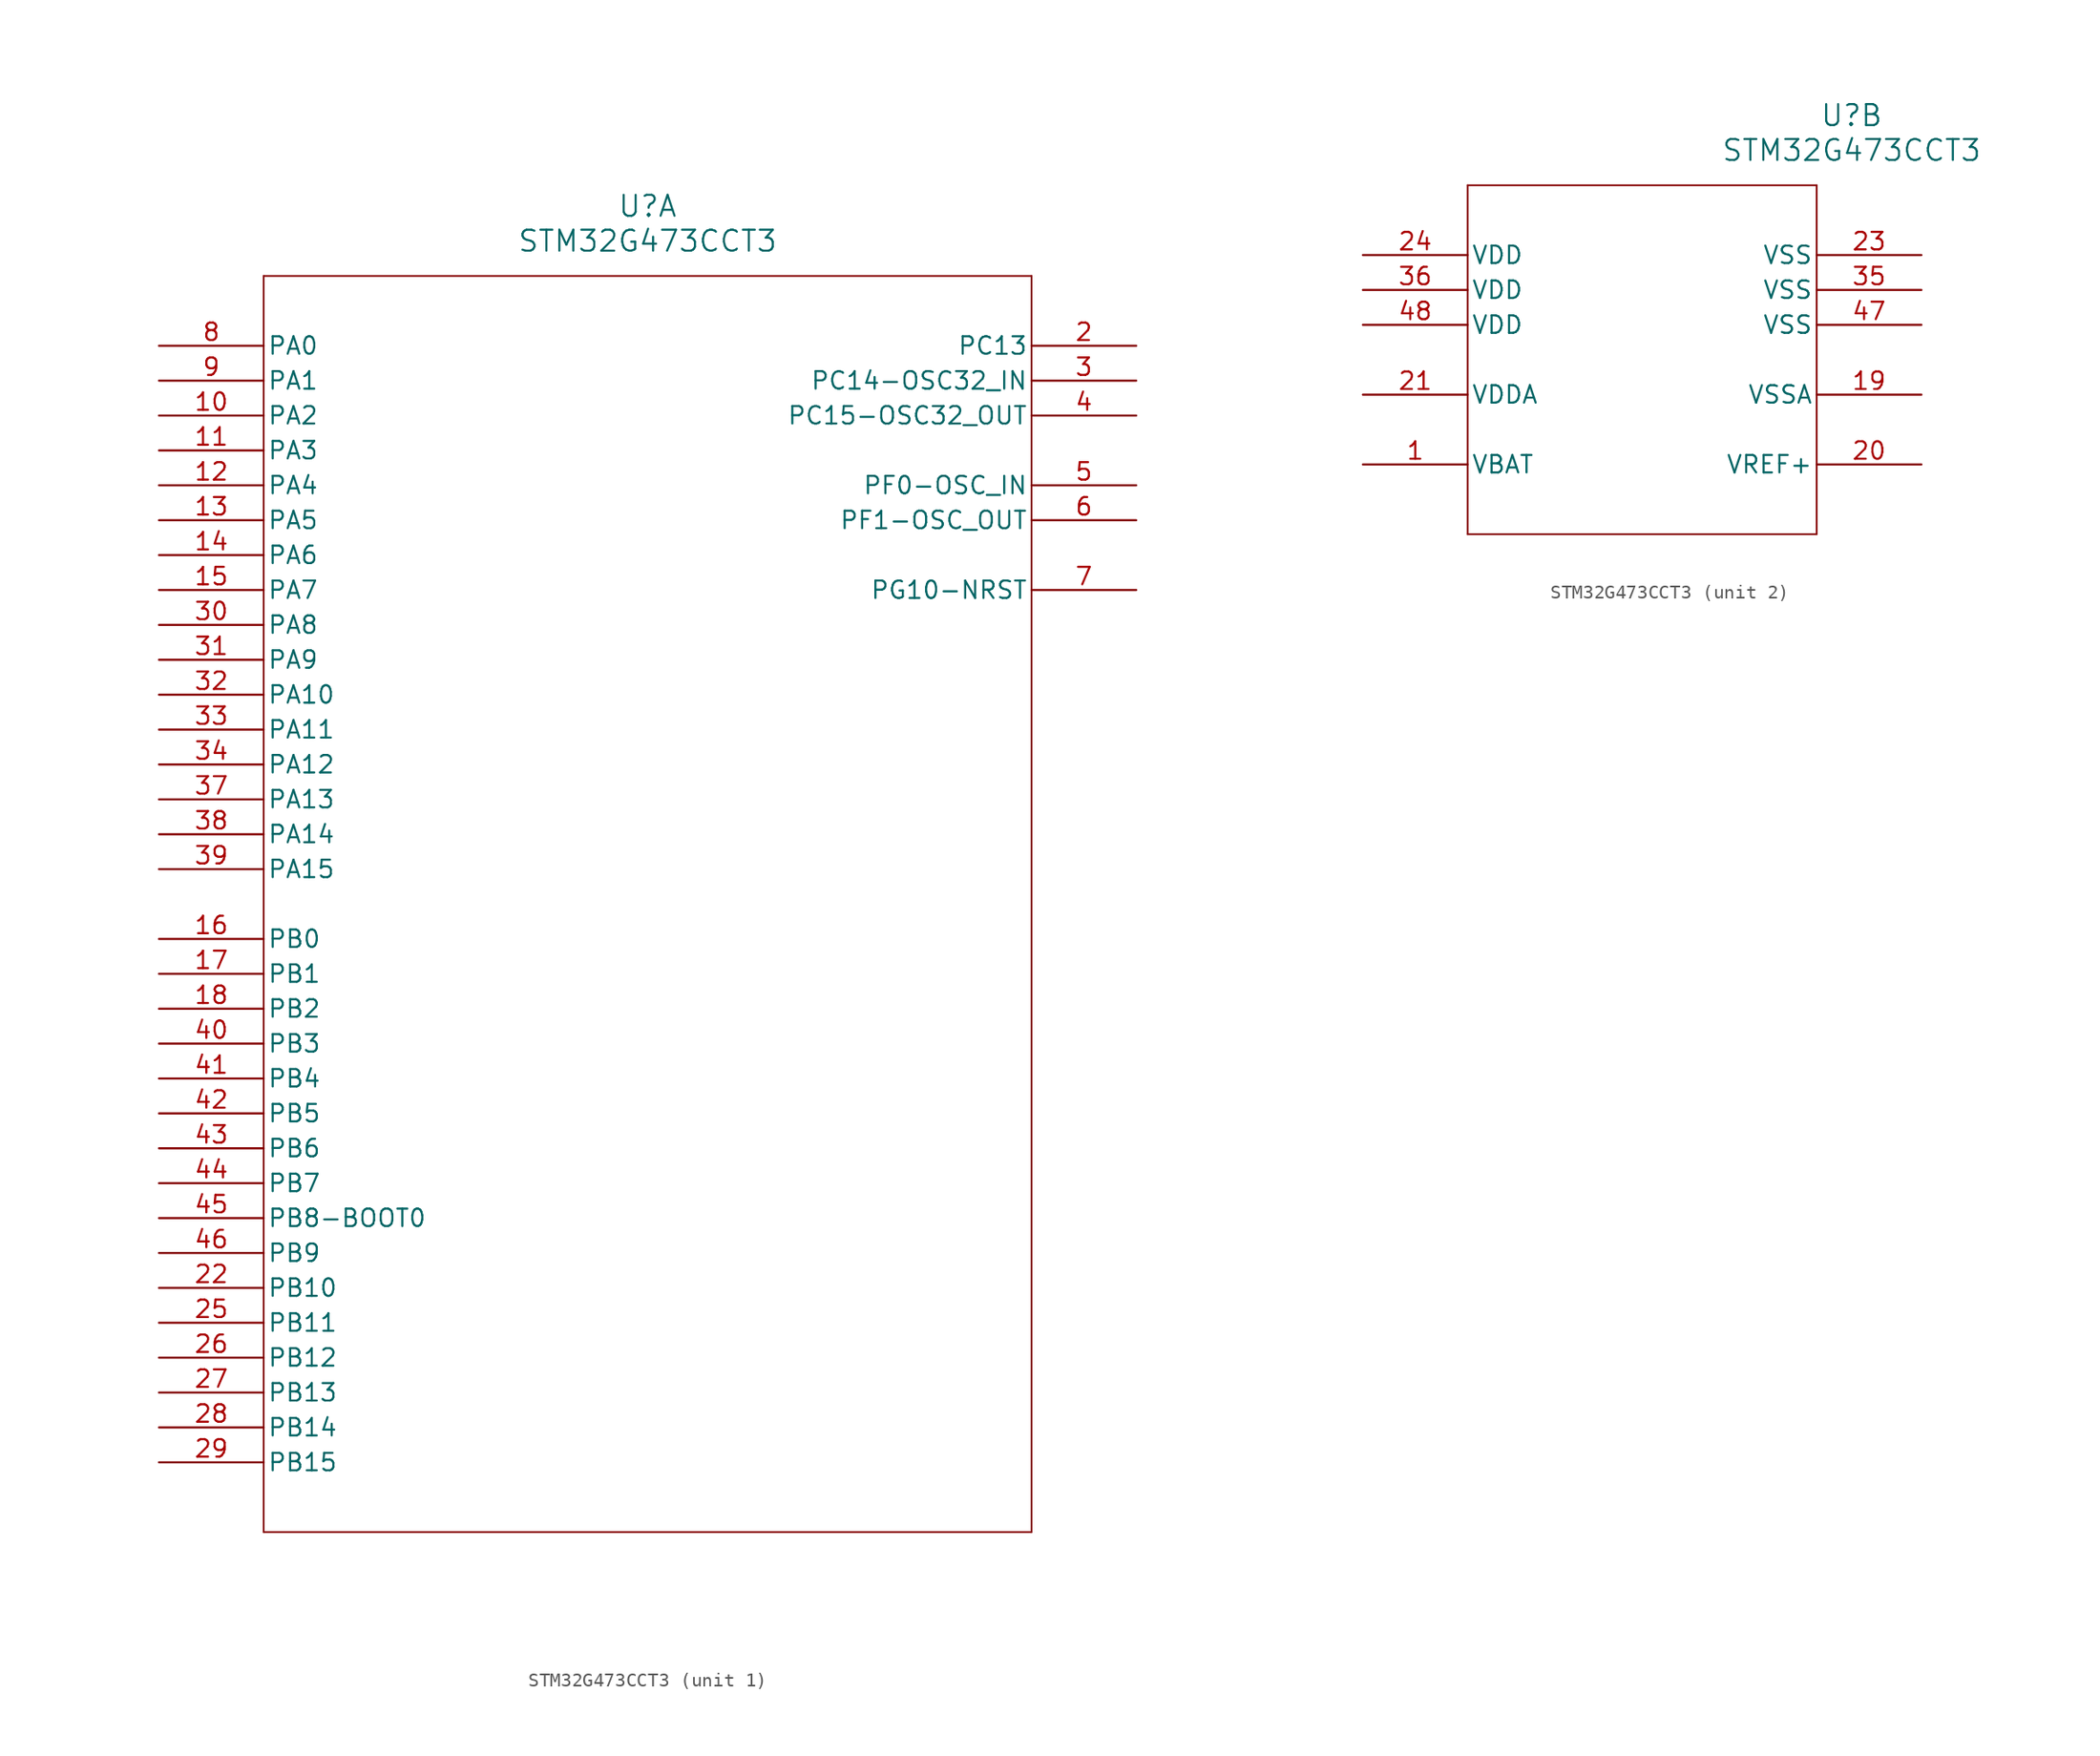
<source format=kicad_sym>
(kicad_symbol_lib
  (version 20211014)
  (generator kicad_symbol_editor)
  (symbol "STM32G473CCT3"
    (pin_names
      (offset 0.254))
    (property "Reference" "U"
      (at 35.56 10.16 0)
      (effects (font (size 1.524 1.524))))
    (property "Value" "STM32G473CCT3"
      (at 35.56 7.62 0)
      (effects (font (size 1.524 1.524))))
    (symbol "STM32G473CCT3_1_1"
      (polyline (pts (xy 7.62 5.08) (xy 7.62 -86.36)) (stroke (width 0.127) (type default) (color 0 0 0 0)) (fill (type none)))
      (polyline (pts (xy 7.62 -86.36) (xy 63.5 -86.36)) (stroke (width 0.127) (type default) (color 0 0 0 0)) (fill (type none)))
      (polyline (pts (xy 63.5 -86.36) (xy 63.5 5.08)) (stroke (width 0.127) (type default) (color 0 0 0 0)) (fill (type none)))
      (polyline (pts (xy 63.5 5.08) (xy 7.62 5.08)) (stroke (width 0.127) (type default) (color 0 0 0 0)) (fill (type none)))
      (pin bidirectional line (at 71.12 0 180) (length 7.62) (name "PC13" (effects (font (size 1.27 1.27)))) (number "2" (effects (font (size 1.27 1.27)))))
      (pin bidirectional line (at 71.12 -2.54 180) (length 7.62) (name "PC14-OSC32_IN" (effects (font (size 1.27 1.27)))) (number "3" (effects (font (size 1.27 1.27)))))
      (pin bidirectional line (at 71.12 -5.08 180) (length 7.62) (name "PC15-OSC32_OUT" (effects (font (size 1.27 1.27)))) (number "4" (effects (font (size 1.27 1.27)))))
      (pin bidirectional line (at 71.12 -10.16 180) (length 7.62) (name "PF0-OSC_IN" (effects (font (size 1.27 1.27)))) (number "5" (effects (font (size 1.27 1.27)))))
      (pin bidirectional line (at 71.12 -12.7 180) (length 7.62) (name "PF1-OSC_OUT" (effects (font (size 1.27 1.27)))) (number "6" (effects (font (size 1.27 1.27)))))
      (pin bidirectional line (at 71.12 -17.78 180) (length 7.62) (name "PG10-NRST" (effects (font (size 1.27 1.27)))) (number "7" (effects (font (size 1.27 1.27)))))
      (pin bidirectional line (at 0 0 0) (length 7.62) (name "PA0" (effects (font (size 1.27 1.27)))) (number "8" (effects (font (size 1.27 1.27)))))
      (pin bidirectional line (at 0 -2.54 0) (length 7.62) (name "PA1" (effects (font (size 1.27 1.27)))) (number "9" (effects (font (size 1.27 1.27)))))
      (pin bidirectional line (at 0 -5.08 0) (length 7.62) (name "PA2" (effects (font (size 1.27 1.27)))) (number "10" (effects (font (size 1.27 1.27)))))
      (pin bidirectional line (at 0 -7.62 0) (length 7.62) (name "PA3" (effects (font (size 1.27 1.27)))) (number "11" (effects (font (size 1.27 1.27)))))
      (pin bidirectional line (at 0 -10.16 0) (length 7.62) (name "PA4" (effects (font (size 1.27 1.27)))) (number "12" (effects (font (size 1.27 1.27)))))
      (pin bidirectional line (at 0 -12.7 0) (length 7.62) (name "PA5" (effects (font (size 1.27 1.27)))) (number "13" (effects (font (size 1.27 1.27)))))
      (pin bidirectional line (at 0 -15.24 0) (length 7.62) (name "PA6" (effects (font (size 1.27 1.27)))) (number "14" (effects (font (size 1.27 1.27)))))
      (pin bidirectional line (at 0 -17.78 0) (length 7.62) (name "PA7" (effects (font (size 1.27 1.27)))) (number "15" (effects (font (size 1.27 1.27)))))
      (pin bidirectional line (at 0 -43.18 0) (length 7.62) (name "PB0" (effects (font (size 1.27 1.27)))) (number "16" (effects (font (size 1.27 1.27)))))
      (pin bidirectional line (at 0 -45.72 0) (length 7.62) (name "PB1" (effects (font (size 1.27 1.27)))) (number "17" (effects (font (size 1.27 1.27)))))
      (pin bidirectional line (at 0 -48.26 0) (length 7.62) (name "PB2" (effects (font (size 1.27 1.27)))) (number "18" (effects (font (size 1.27 1.27)))))
      (pin bidirectional line (at 0 -68.58 0) (length 7.62) (name "PB10" (effects (font (size 1.27 1.27)))) (number "22" (effects (font (size 1.27 1.27)))))
      (pin bidirectional line (at 0 -71.12 0) (length 7.62) (name "PB11" (effects (font (size 1.27 1.27)))) (number "25" (effects (font (size 1.27 1.27)))))
      (pin bidirectional line (at 0 -73.66 0) (length 7.62) (name "PB12" (effects (font (size 1.27 1.27)))) (number "26" (effects (font (size 1.27 1.27)))))
      (pin bidirectional line (at 0 -76.2 0) (length 7.62) (name "PB13" (effects (font (size 1.27 1.27)))) (number "27" (effects (font (size 1.27 1.27)))))
      (pin bidirectional line (at 0 -78.74 0) (length 7.62) (name "PB14" (effects (font (size 1.27 1.27)))) (number "28" (effects (font (size 1.27 1.27)))))
      (pin bidirectional line (at 0 -81.28 0) (length 7.62) (name "PB15" (effects (font (size 1.27 1.27)))) (number "29" (effects (font (size 1.27 1.27)))))
      (pin bidirectional line (at 0 -20.32 0) (length 7.62) (name "PA8" (effects (font (size 1.27 1.27)))) (number "30" (effects (font (size 1.27 1.27)))))
      (pin bidirectional line (at 0 -22.86 0) (length 7.62) (name "PA9" (effects (font (size 1.27 1.27)))) (number "31" (effects (font (size 1.27 1.27)))))
      (pin bidirectional line (at 0 -25.4 0) (length 7.62) (name "PA10" (effects (font (size 1.27 1.27)))) (number "32" (effects (font (size 1.27 1.27)))))
      (pin bidirectional line (at 0 -27.94 0) (length 7.62) (name "PA11" (effects (font (size 1.27 1.27)))) (number "33" (effects (font (size 1.27 1.27)))))
      (pin bidirectional line (at 0 -30.48 0) (length 7.62) (name "PA12" (effects (font (size 1.27 1.27)))) (number "34" (effects (font (size 1.27 1.27)))))
      (pin bidirectional line (at 0 -33.02 0) (length 7.62) (name "PA13" (effects (font (size 1.27 1.27)))) (number "37" (effects (font (size 1.27 1.27)))))
      (pin bidirectional line (at 0 -35.56 0) (length 7.62) (name "PA14" (effects (font (size 1.27 1.27)))) (number "38" (effects (font (size 1.27 1.27)))))
      (pin bidirectional line (at 0 -38.1 0) (length 7.62) (name "PA15" (effects (font (size 1.27 1.27)))) (number "39" (effects (font (size 1.27 1.27)))))
      (pin bidirectional line (at 0 -50.8 0) (length 7.62) (name "PB3" (effects (font (size 1.27 1.27)))) (number "40" (effects (font (size 1.27 1.27)))))
      (pin bidirectional line (at 0 -53.34 0) (length 7.62) (name "PB4" (effects (font (size 1.27 1.27)))) (number "41" (effects (font (size 1.27 1.27)))))
      (pin bidirectional line (at 0 -55.88 0) (length 7.62) (name "PB5" (effects (font (size 1.27 1.27)))) (number "42" (effects (font (size 1.27 1.27)))))
      (pin bidirectional line (at 0 -58.42 0) (length 7.62) (name "PB6" (effects (font (size 1.27 1.27)))) (number "43" (effects (font (size 1.27 1.27)))))
      (pin bidirectional line (at 0 -60.96 0) (length 7.62) (name "PB7" (effects (font (size 1.27 1.27)))) (number "44" (effects (font (size 1.27 1.27)))))
      (pin bidirectional line (at 0 -63.5 0) (length 7.62) (name "PB8-BOOT0" (effects (font (size 1.27 1.27)))) (number "45" (effects (font (size 1.27 1.27)))))
      (pin bidirectional line (at 0 -66.04 0) (length 7.62) (name "PB9" (effects (font (size 1.27 1.27)))) (number "46" (effects (font (size 1.27 1.27))))))
    (symbol "STM32G473CCT3_2_1"
      (polyline (pts (xy 7.62 5.08) (xy 7.62 -20.32)) (stroke (width 0.127) (type default) (color 0 0 0 0)) (fill (type none)))
      (polyline (pts (xy 7.62 -20.32) (xy 33.02 -20.32)) (stroke (width 0.127) (type default) (color 0 0 0 0)) (fill (type none)))
      (polyline (pts (xy 33.02 -20.32) (xy 33.02 5.08)) (stroke (width 0.127) (type default) (color 0 0 0 0)) (fill (type none)))
      (polyline (pts (xy 33.02 5.08) (xy 7.62 5.08)) (stroke (width 0.127) (type default) (color 0 0 0 0)) (fill (type none)))
      (pin power_in line (at 0 -15.24 0) (length 7.62) (name "VBAT" (effects (font (size 1.27 1.27)))) (number "1" (effects (font (size 1.27 1.27)))))
      (pin power_in line (at 40.64 -10.16 180) (length 7.62) (name "VSSA" (effects (font (size 1.27 1.27)))) (number "19" (effects (font (size 1.27 1.27)))))
      (pin power_in line (at 40.64 -15.24 180) (length 7.62) (name "VREF+" (effects (font (size 1.27 1.27)))) (number "20" (effects (font (size 1.27 1.27)))))
      (pin power_in line (at 0 -10.16 0) (length 7.62) (name "VDDA" (effects (font (size 1.27 1.27)))) (number "21" (effects (font (size 1.27 1.27)))))
      (pin power_in line (at 40.64 0 180) (length 7.62) (name "VSS" (effects (font (size 1.27 1.27)))) (number "23" (effects (font (size 1.27 1.27)))))
      (pin power_in line (at 0 0 0) (length 7.62) (name "VDD" (effects (font (size 1.27 1.27)))) (number "24" (effects (font (size 1.27 1.27)))))
      (pin power_in line (at 40.64 -2.54 180) (length 7.62) (name "VSS" (effects (font (size 1.27 1.27)))) (number "35" (effects (font (size 1.27 1.27)))))
      (pin power_in line (at 0 -2.54 0) (length 7.62) (name "VDD" (effects (font (size 1.27 1.27)))) (number "36" (effects (font (size 1.27 1.27)))))
      (pin power_in line (at 40.64 -5.08 180) (length 7.62) (name "VSS" (effects (font (size 1.27 1.27)))) (number "47" (effects (font (size 1.27 1.27)))))
      (pin power_in line (at 0 -5.08 0) (length 7.62) (name "VDD" (effects (font (size 1.27 1.27)))) (number "48" (effects (font (size 1.27 1.27))))))))
</source>
